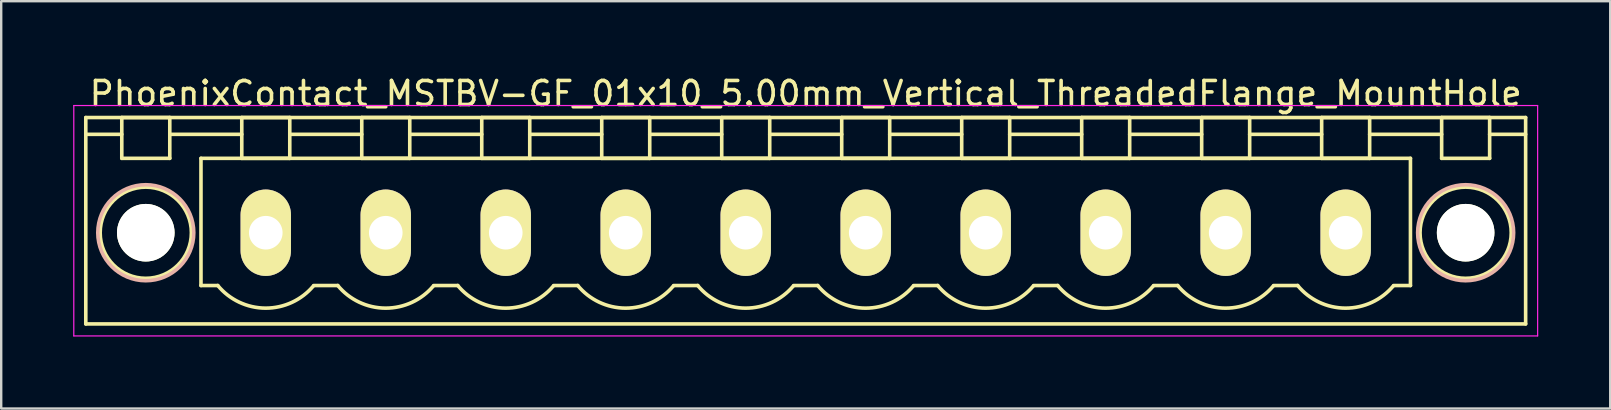
<source format=kicad_pcb>
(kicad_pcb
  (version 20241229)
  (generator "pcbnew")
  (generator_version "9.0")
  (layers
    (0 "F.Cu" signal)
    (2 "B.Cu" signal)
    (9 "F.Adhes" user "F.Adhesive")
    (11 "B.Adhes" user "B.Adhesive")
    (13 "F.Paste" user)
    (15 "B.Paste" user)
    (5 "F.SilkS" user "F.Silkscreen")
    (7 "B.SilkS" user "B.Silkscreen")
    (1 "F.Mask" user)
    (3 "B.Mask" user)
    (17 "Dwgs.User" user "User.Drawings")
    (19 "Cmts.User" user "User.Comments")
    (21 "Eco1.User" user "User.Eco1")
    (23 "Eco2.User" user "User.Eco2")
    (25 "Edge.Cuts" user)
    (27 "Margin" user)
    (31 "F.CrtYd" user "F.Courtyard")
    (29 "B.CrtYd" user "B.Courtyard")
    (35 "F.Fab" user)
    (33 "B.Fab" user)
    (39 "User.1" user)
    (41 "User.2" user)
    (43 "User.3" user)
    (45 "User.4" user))
  (footprint "PhoenixContact_MSTBV-GF_01x10_5.00mm_Vertical_ThreadedFlange_MountHole"
    (layer "F.Cu")
    (at 8.025 6.648)
    (property "Reference" "PhoenixContact_MSTBV-GF_01x10_5.00mm_Vertical_ThreadedFlange_MountHole" (at 22.5 -5.8 0) (layer "F.SilkS") (effects (font (size 1 1) (thickness 0.15))))
    (attr through_hole)
    (fp_line (start -7.5 -4.8) (end -7.5 3.8) (stroke (width 0.15) (type solid)) (layer "F.SilkS"))
    (fp_line (start -7.5 -4.1) (end -6 -4.1) (stroke (width 0.15) (type solid)) (layer "F.SilkS"))
    (fp_line (start -7.5 3.8) (end 52.5 3.8) (stroke (width 0.15) (type solid)) (layer "F.SilkS"))
    (fp_line (start -6 -4.8) (end -4 -4.8) (stroke (width 0.15) (type solid)) (layer "F.SilkS"))
    (fp_line (start -6 -3.1) (end -6 -4.8) (stroke (width 0.15) (type solid)) (layer "F.SilkS"))
    (fp_line (start -4 -4.8) (end -4 -3.1) (stroke (width 0.15) (type solid)) (layer "F.SilkS"))
    (fp_line (start -4 -4.1) (end -1 -4.1) (stroke (width 0.15) (type solid)) (layer "F.SilkS"))
    (fp_line (start -4 -3.1) (end -6 -3.1) (stroke (width 0.15) (type solid)) (layer "F.SilkS"))
    (fp_line (start -2.7 -3.1) (end 47.7 -3.1) (stroke (width 0.15) (type solid)) (layer "F.SilkS"))
    (fp_line (start -2.7 2.2) (end -2.7 -3.1) (stroke (width 0.15) (type solid)) (layer "F.SilkS"))
    (fp_line (start -2 2.2) (end -2.7 2.2) (stroke (width 0.15) (type solid)) (layer "F.SilkS"))
    (fp_line (start -1 -4.8) (end 1 -4.8) (stroke (width 0.15) (type solid)) (layer "F.SilkS"))
    (fp_line (start -1 -3.1) (end -1 -4.8) (stroke (width 0.15) (type solid)) (layer "F.SilkS"))
    (fp_line (start 1 -4.8) (end 1 -3.1) (stroke (width 0.15) (type solid)) (layer "F.SilkS"))
    (fp_line (start 1 -4.1) (end 4 -4.1) (stroke (width 0.15) (type solid)) (layer "F.SilkS"))
    (fp_line (start 1 -3.1) (end -1 -3.1) (stroke (width 0.15) (type solid)) (layer "F.SilkS"))
    (fp_line (start 2 2.2) (end 3 2.2) (stroke (width 0.15) (type solid)) (layer "F.SilkS"))
    (fp_line (start 4 -4.8) (end 6 -4.8) (stroke (width 0.15) (type solid)) (layer "F.SilkS"))
    (fp_line (start 4 -3.1) (end 4 -4.8) (stroke (width 0.15) (type solid)) (layer "F.SilkS"))
    (fp_line (start 6 -4.8) (end 6 -3.1) (stroke (width 0.15) (type solid)) (layer "F.SilkS"))
    (fp_line (start 6 -4.1) (end 9 -4.1) (stroke (width 0.15) (type solid)) (layer "F.SilkS"))
    (fp_line (start 6 -3.1) (end 4 -3.1) (stroke (width 0.15) (type solid)) (layer "F.SilkS"))
    (fp_line (start 7 2.2) (end 8 2.2) (stroke (width 0.15) (type solid)) (layer "F.SilkS"))
    (fp_line (start 9 -4.8) (end 11 -4.8) (stroke (width 0.15) (type solid)) (layer "F.SilkS"))
    (fp_line (start 9 -3.1) (end 9 -4.8) (stroke (width 0.15) (type solid)) (layer "F.SilkS"))
    (fp_line (start 11 -4.8) (end 11 -3.1) (stroke (width 0.15) (type solid)) (layer "F.SilkS"))
    (fp_line (start 11 -4.1) (end 14 -4.1) (stroke (width 0.15) (type solid)) (layer "F.SilkS"))
    (fp_line (start 11 -3.1) (end 9 -3.1) (stroke (width 0.15) (type solid)) (layer "F.SilkS"))
    (fp_line (start 12 2.2) (end 13 2.2) (stroke (width 0.15) (type solid)) (layer "F.SilkS"))
    (fp_line (start 14 -4.8) (end 16 -4.8) (stroke (width 0.15) (type solid)) (layer "F.SilkS"))
    (fp_line (start 14 -3.1) (end 14 -4.8) (stroke (width 0.15) (type solid)) (layer "F.SilkS"))
    (fp_line (start 16 -4.8) (end 16 -3.1) (stroke (width 0.15) (type solid)) (layer "F.SilkS"))
    (fp_line (start 16 -4.1) (end 19 -4.1) (stroke (width 0.15) (type solid)) (layer "F.SilkS"))
    (fp_line (start 16 -3.1) (end 14 -3.1) (stroke (width 0.15) (type solid)) (layer "F.SilkS"))
    (fp_line (start 17 2.2) (end 18 2.2) (stroke (width 0.15) (type solid)) (layer "F.SilkS"))
    (fp_line (start 19 -4.8) (end 21 -4.8) (stroke (width 0.15) (type solid)) (layer "F.SilkS"))
    (fp_line (start 19 -3.1) (end 19 -4.8) (stroke (width 0.15) (type solid)) (layer "F.SilkS"))
    (fp_line (start 21 -4.8) (end 21 -3.1) (stroke (width 0.15) (type solid)) (layer "F.SilkS"))
    (fp_line (start 21 -4.1) (end 24 -4.1) (stroke (width 0.15) (type solid)) (layer "F.SilkS"))
    (fp_line (start 21 -3.1) (end 19 -3.1) (stroke (width 0.15) (type solid)) (layer "F.SilkS"))
    (fp_line (start 22 2.2) (end 23 2.2) (stroke (width 0.15) (type solid)) (layer "F.SilkS"))
    (fp_line (start 24 -4.8) (end 26 -4.8) (stroke (width 0.15) (type solid)) (layer "F.SilkS"))
    (fp_line (start 24 -3.1) (end 24 -4.8) (stroke (width 0.15) (type solid)) (layer "F.SilkS"))
    (fp_line (start 26 -4.8) (end 26 -3.1) (stroke (width 0.15) (type solid)) (layer "F.SilkS"))
    (fp_line (start 26 -4.1) (end 29 -4.1) (stroke (width 0.15) (type solid)) (layer "F.SilkS"))
    (fp_line (start 26 -3.1) (end 24 -3.1) (stroke (width 0.15) (type solid)) (layer "F.SilkS"))
    (fp_line (start 27 2.2) (end 28 2.2) (stroke (width 0.15) (type solid)) (layer "F.SilkS"))
    (fp_line (start 29 -4.8) (end 31 -4.8) (stroke (width 0.15) (type solid)) (layer "F.SilkS"))
    (fp_line (start 29 -3.1) (end 29 -4.8) (stroke (width 0.15) (type solid)) (layer "F.SilkS"))
    (fp_line (start 31 -4.8) (end 31 -3.1) (stroke (width 0.15) (type solid)) (layer "F.SilkS"))
    (fp_line (start 31 -4.1) (end 34 -4.1) (stroke (width 0.15) (type solid)) (layer "F.SilkS"))
    (fp_line (start 31 -3.1) (end 29 -3.1) (stroke (width 0.15) (type solid)) (layer "F.SilkS"))
    (fp_line (start 32 2.2) (end 33 2.2) (stroke (width 0.15) (type solid)) (layer "F.SilkS"))
    (fp_line (start 34 -4.8) (end 36 -4.8) (stroke (width 0.15) (type solid)) (layer "F.SilkS"))
    (fp_line (start 34 -3.1) (end 34 -4.8) (stroke (width 0.15) (type solid)) (layer "F.SilkS"))
    (fp_line (start 36 -4.8) (end 36 -3.1) (stroke (width 0.15) (type solid)) (layer "F.SilkS"))
    (fp_line (start 36 -4.1) (end 39 -4.1) (stroke (width 0.15) (type solid)) (layer "F.SilkS"))
    (fp_line (start 36 -3.1) (end 34 -3.1) (stroke (width 0.15) (type solid)) (layer "F.SilkS"))
    (fp_line (start 37 2.2) (end 38 2.2) (stroke (width 0.15) (type solid)) (layer "F.SilkS"))
    (fp_line (start 39 -4.8) (end 41 -4.8) (stroke (width 0.15) (type solid)) (layer "F.SilkS"))
    (fp_line (start 39 -3.1) (end 39 -4.8) (stroke (width 0.15) (type solid)) (layer "F.SilkS"))
    (fp_line (start 41 -4.8) (end 41 -3.1) (stroke (width 0.15) (type solid)) (layer "F.SilkS"))
    (fp_line (start 41 -4.1) (end 44 -4.1) (stroke (width 0.15) (type solid)) (layer "F.SilkS"))
    (fp_line (start 41 -3.1) (end 39 -3.1) (stroke (width 0.15) (type solid)) (layer "F.SilkS"))
    (fp_line (start 42 2.2) (end 43 2.2) (stroke (width 0.15) (type solid)) (layer "F.SilkS"))
    (fp_line (start 44 -4.8) (end 46 -4.8) (stroke (width 0.15) (type solid)) (layer "F.SilkS"))
    (fp_line (start 44 -3.1) (end 44 -4.8) (stroke (width 0.15) (type solid)) (layer "F.SilkS"))
    (fp_line (start 46 -4.8) (end 46 -3.1) (stroke (width 0.15) (type solid)) (layer "F.SilkS"))
    (fp_line (start 46 -4.1) (end 49 -4.1) (stroke (width 0.15) (type solid)) (layer "F.SilkS"))
    (fp_line (start 46 -3.1) (end 44 -3.1) (stroke (width 0.15) (type solid)) (layer "F.SilkS"))
    (fp_line (start 47.7 -3.1) (end 47.7 2.2) (stroke (width 0.15) (type solid)) (layer "F.SilkS"))
    (fp_line (start 47.7 2.2) (end 47 2.2) (stroke (width 0.15) (type solid)) (layer "F.SilkS"))
    (fp_line (start 49 -4.8) (end 51 -4.8) (stroke (width 0.15) (type solid)) (layer "F.SilkS"))
    (fp_line (start 49 -3.1) (end 49 -4.8) (stroke (width 0.15) (type solid)) (layer "F.SilkS"))
    (fp_line (start 51 -4.8) (end 51 -3.1) (stroke (width 0.15) (type solid)) (layer "F.SilkS"))
    (fp_line (start 51 -3.1) (end 49 -3.1) (stroke (width 0.15) (type solid)) (layer "F.SilkS"))
    (fp_line (start 52.5 -4.8) (end -7.5 -4.8) (stroke (width 0.15) (type solid)) (layer "F.SilkS"))
    (fp_line (start 52.5 -4.1) (end 51 -4.1) (stroke (width 0.15) (type solid)) (layer "F.SilkS"))
    (fp_line (start 52.5 3.8) (end 52.5 -4.8) (stroke (width 0.15) (type solid)) (layer "F.SilkS"))
    (fp_arc (start 1.986842 2.215821) (mid -0.010289 3.142758) (end -2 2.2) (stroke (width 0.15) (type solid)) (layer "F.SilkS"))
    (fp_arc (start 6.986842 2.215821) (mid 4.989711 3.142758) (end 3 2.2) (stroke (width 0.15) (type solid)) (layer "F.SilkS"))
    (fp_arc (start 11.986842 2.215821) (mid 9.989711 3.142758) (end 8 2.2) (stroke (width 0.15) (type solid)) (layer "F.SilkS"))
    (fp_arc (start 16.986842 2.215821) (mid 14.989711 3.142758) (end 13 2.2) (stroke (width 0.15) (type solid)) (layer "F.SilkS"))
    (fp_arc (start 21.986842 2.215821) (mid 19.989711 3.142758) (end 18 2.2) (stroke (width 0.15) (type solid)) (layer "F.SilkS"))
    (fp_arc (start 26.986842 2.215821) (mid 24.989711 3.142758) (end 23 2.2) (stroke (width 0.15) (type solid)) (layer "F.SilkS"))
    (fp_arc (start 31.986842 2.215821) (mid 29.989711 3.142758) (end 28 2.2) (stroke (width 0.15) (type solid)) (layer "F.SilkS"))
    (fp_arc (start 36.986842 2.215821) (mid 34.989711 3.142758) (end 33 2.2) (stroke (width 0.15) (type solid)) (layer "F.SilkS"))
    (fp_arc (start 41.986842 2.215821) (mid 39.989711 3.142758) (end 38 2.2) (stroke (width 0.15) (type solid)) (layer "F.SilkS"))
    (fp_arc (start 46.986842 2.215821) (mid 44.989711 3.142758) (end 43 2.2) (stroke (width 0.15) (type solid)) (layer "F.SilkS"))
    (fp_circle (center -5 0) (end -4 0) (stroke (width 0.15) (type solid)) (fill no) (layer "F.SilkS"))
    (fp_circle (center -5 0) (end -3.1 0) (stroke (width 0.15) (type solid)) (fill no) (layer "F.SilkS"))
    (fp_circle (center 50 0) (end 51 0) (stroke (width 0.15) (type solid)) (fill no) (layer "F.SilkS"))
    (fp_circle (center 50 0) (end 51.9 0) (stroke (width 0.15) (type solid)) (fill no) (layer "F.SilkS"))
    (fp_circle (center -5 0) (end -3 0) (stroke (width 0.15) (type solid)) (fill no) (layer "B.SilkS"))
    (fp_circle (center 50 0) (end 52 0) (stroke (width 0.15) (type solid)) (fill no) (layer "B.SilkS"))
    (fp_line (start -8 -5.3) (end -8 4.3) (stroke (width 0.05) (type solid)) (layer "F.CrtYd"))
    (fp_line (start -8 4.3) (end 53 4.3) (stroke (width 0.05) (type solid)) (layer "F.CrtYd"))
    (fp_line (start 53 -5.3) (end -8 -5.3) (stroke (width 0.05) (type solid)) (layer "F.CrtYd"))
    (fp_line (start 53 4.3) (end 53 -5.3) (stroke (width 0.05) (type solid)) (layer "F.CrtYd"))
    (pad "" np_thru_hole circle (at -5 0) (size 2.4 2.4) (drill 2.4) (layers "*.Cu" "*.Mask" "F.SilkS"))
    (pad "" np_thru_hole circle (at 50 0) (size 2.4 2.4) (drill 2.4) (layers "*.Cu" "*.Mask" "F.SilkS"))
    (pad "1" thru_hole oval (at 0 0) (size 2.1 3.6) (drill 1.4) (layers "*.Cu" "*.Mask" "F.SilkS"))
    (pad "2" thru_hole oval (at 5 0) (size 2.1 3.6) (drill 1.4) (layers "*.Cu" "*.Mask" "F.SilkS"))
    (pad "3" thru_hole oval (at 10 0) (size 2.1 3.6) (drill 1.4) (layers "*.Cu" "*.Mask" "F.SilkS"))
    (pad "4" thru_hole oval (at 15 0) (size 2.1 3.6) (drill 1.4) (layers "*.Cu" "*.Mask" "F.SilkS"))
    (pad "5" thru_hole oval (at 20 0) (size 2.1 3.6) (drill 1.4) (layers "*.Cu" "*.Mask" "F.SilkS"))
    (pad "6" thru_hole oval (at 25 0) (size 2.1 3.6) (drill 1.4) (layers "*.Cu" "*.Mask" "F.SilkS"))
    (pad "7" thru_hole oval (at 30 0) (size 2.1 3.6) (drill 1.4) (layers "*.Cu" "*.Mask" "F.SilkS"))
    (pad "8" thru_hole oval (at 35 0) (size 2.1 3.6) (drill 1.4) (layers "*.Cu" "*.Mask" "F.SilkS"))
    (pad "9" thru_hole oval (at 40 0) (size 2.1 3.6) (drill 1.4) (layers "*.Cu" "*.Mask" "F.SilkS"))
    (pad "10" thru_hole oval (at 45 0) (size 2.1 3.6) (drill 1.4) (layers "*.Cu" "*.Mask" "F.SilkS")))
  (gr_rect
    (start -3 -3)
    (end 64.05 13.973)
    (stroke (width 0.1) (type default))
    (fill no)
    (layer "Edge.Cuts")))
</source>
